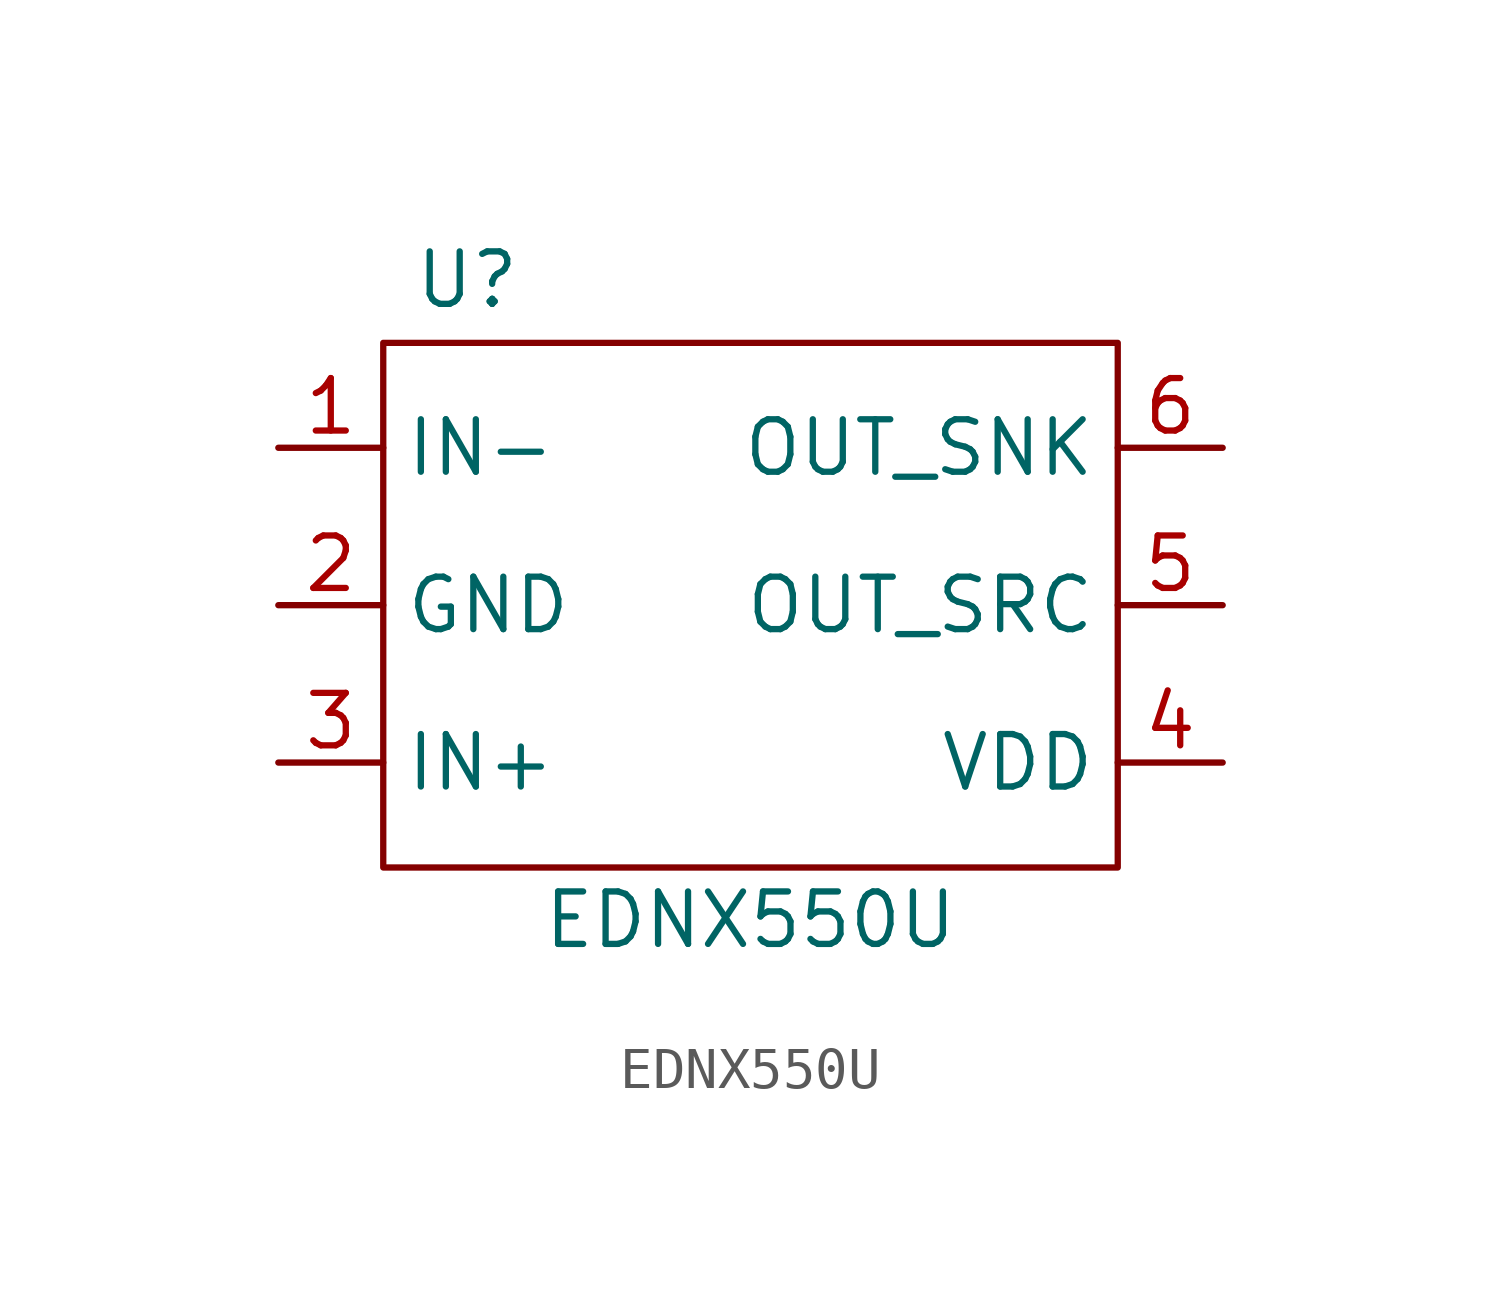
<source format=kicad_sym>
(kicad_symbol_lib
  (version 20241209)
  (generator "kicad_symbol_editor")
  (generator_version "9.0")
  (symbol "EDNX550U"
    (property "Reference" "U"
      (at -6.858 7.874 0)
      (effects (font (size 1.27 1.27))))
    (property "Value" "EDNX550U"
      (at 0 -7.62 0)
      (effects (font (size 1.27 1.27))))
    (symbol "EDNX550U_0_1"
      (rectangle (start -8.89 6.35) (end 8.89 -6.35) (stroke (width 0) (type default)) (fill (type none))))
    (symbol "EDNX550U_1_1"
      (pin input line (at -11.43 3.81 0) (length 2.54) (name "IN-" (effects (font (size 1.27 1.27)))) (number "1" (effects (font (size 1.27 1.27)))))
      (pin power_in line (at -11.43 0 0) (length 2.54) (name "GND" (effects (font (size 1.27 1.27)))) (number "2" (effects (font (size 1.27 1.27)))))
      (pin input line (at -11.43 -3.81 0) (length 2.54) (name "IN+" (effects (font (size 1.27 1.27)))) (number "3" (effects (font (size 1.27 1.27)))))
      (pin output line (at 11.43 3.81 180) (length 2.54) (name "OUT_SNK" (effects (font (size 1.27 1.27)))) (number "6" (effects (font (size 1.27 1.27)))))
      (pin output line (at 11.43 0 180) (length 2.54) (name "OUT_SRC" (effects (font (size 1.27 1.27)))) (number "5" (effects (font (size 1.27 1.27)))))
      (pin power_in line (at 11.43 -3.81 180) (length 2.54) (name "VDD" (effects (font (size 1.27 1.27)))) (number "4" (effects (font (size 1.27 1.27))))))))
</source>
